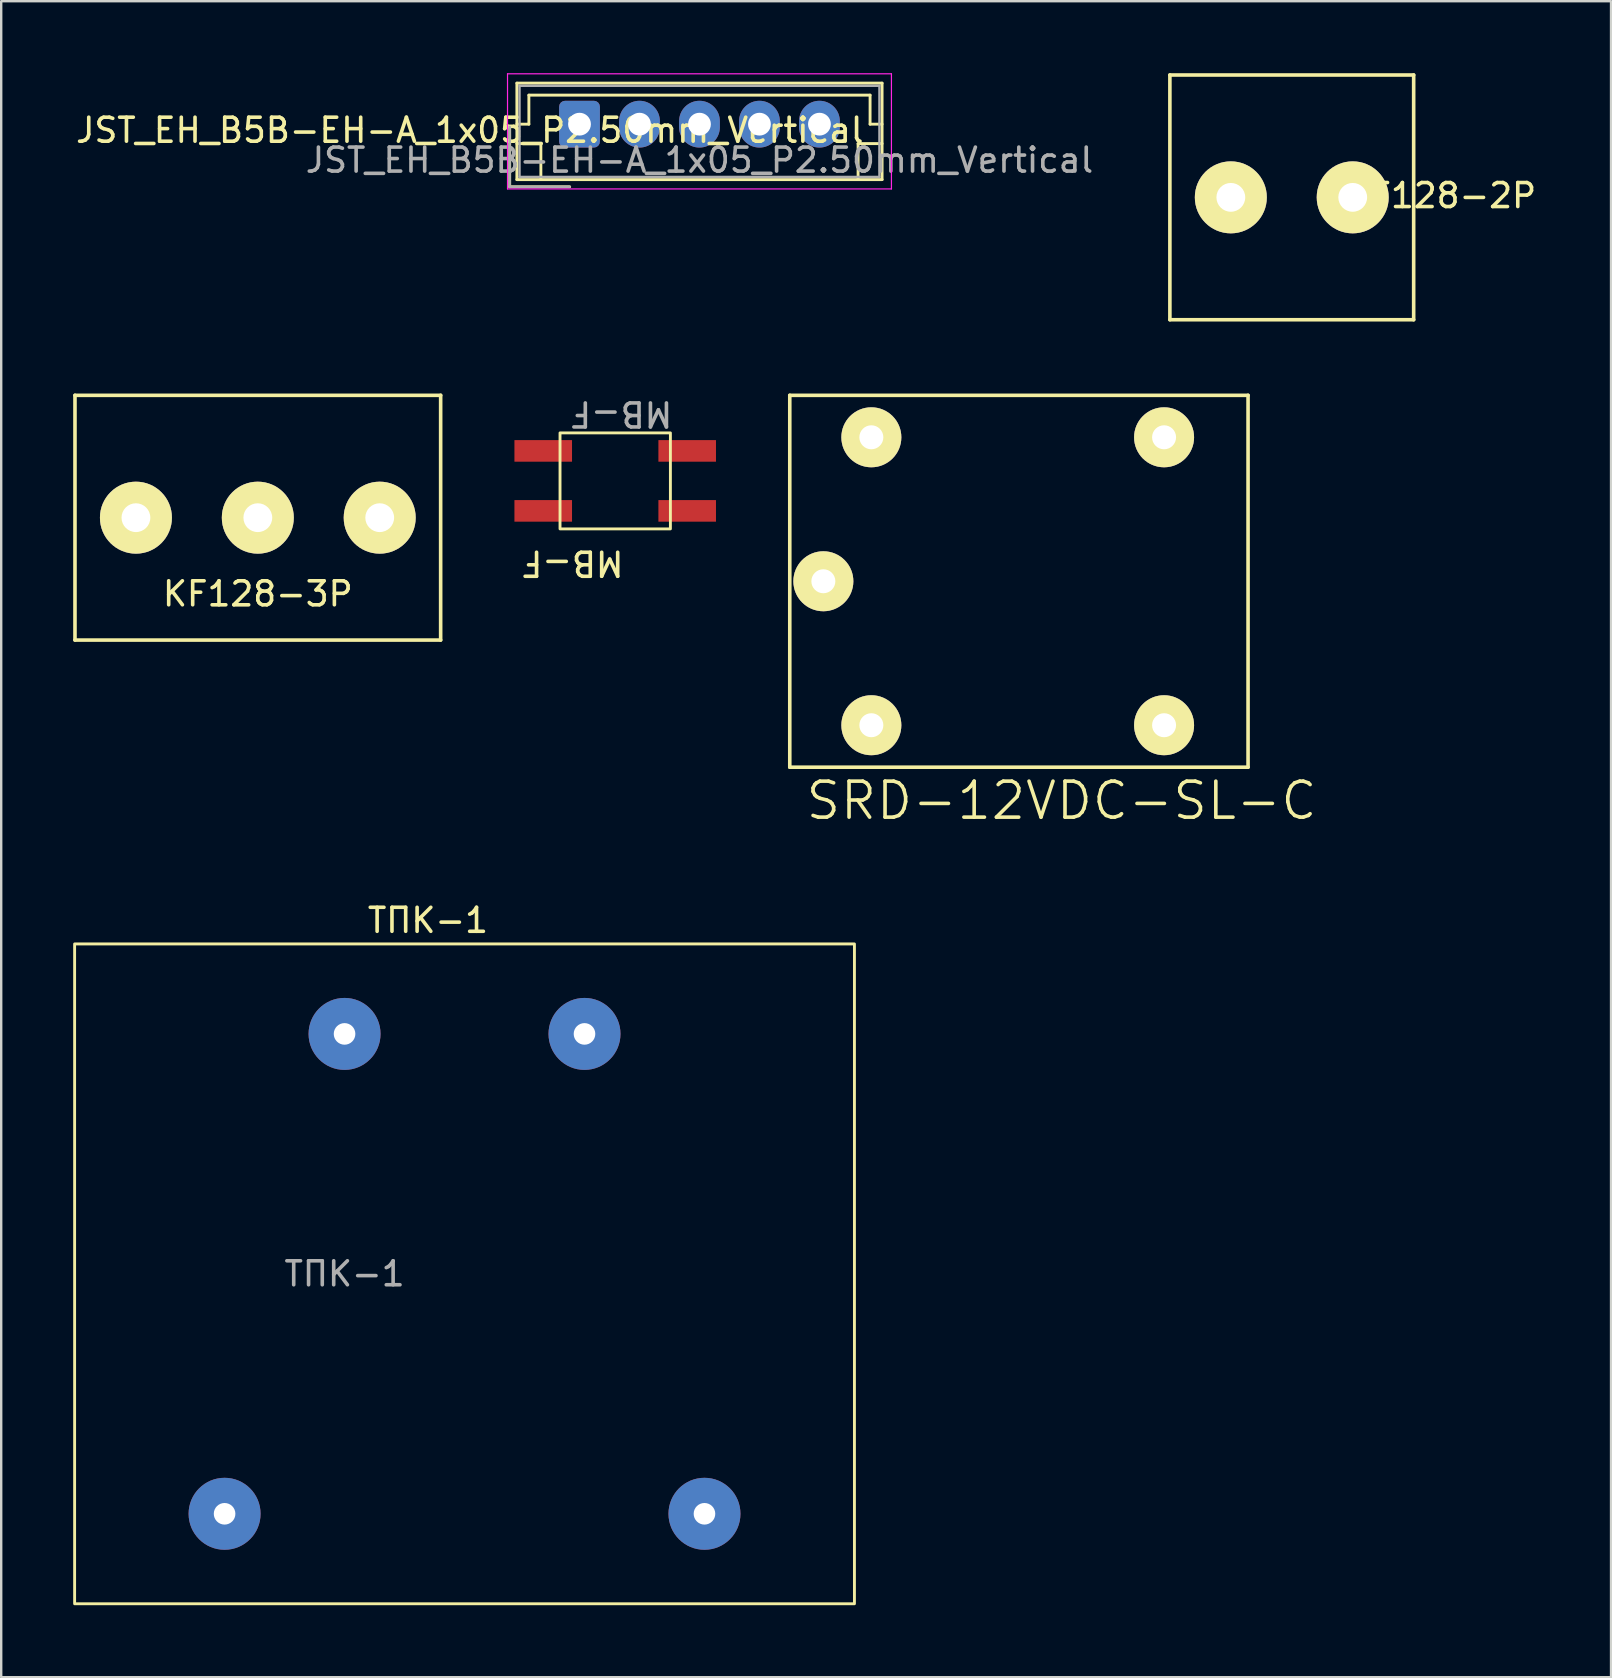
<source format=kicad_pcb>
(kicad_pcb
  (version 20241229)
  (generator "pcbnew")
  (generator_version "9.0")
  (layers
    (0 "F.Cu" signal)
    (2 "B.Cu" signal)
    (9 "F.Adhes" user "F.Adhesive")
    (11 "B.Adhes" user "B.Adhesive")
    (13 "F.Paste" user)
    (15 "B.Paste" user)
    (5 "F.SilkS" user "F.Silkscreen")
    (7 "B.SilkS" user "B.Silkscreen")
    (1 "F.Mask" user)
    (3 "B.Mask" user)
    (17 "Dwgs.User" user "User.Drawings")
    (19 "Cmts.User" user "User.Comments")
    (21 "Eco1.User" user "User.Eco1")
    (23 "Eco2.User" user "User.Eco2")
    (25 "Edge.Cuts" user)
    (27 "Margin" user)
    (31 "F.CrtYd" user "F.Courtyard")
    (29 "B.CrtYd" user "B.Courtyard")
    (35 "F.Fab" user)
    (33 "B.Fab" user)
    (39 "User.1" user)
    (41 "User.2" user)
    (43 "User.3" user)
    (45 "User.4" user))
  (footprint "KF128-2P"
    (layer "F.Cu")
    (at 50.787 5.175)
    (property "Reference" "KF128-2P" (at 6.229 -0.073 180) (layer "F.SilkS") (effects (font (size 1 1) (thickness 0.15))))
    (attr through_hole)
    (fp_line (start -5.08 -5.1) (end -5.08 5.1) (stroke (width 0.15) (type solid)) (layer "F.SilkS"))
    (fp_line (start -5.08 -5.1) (end 5.08 -5.1) (stroke (width 0.15) (type solid)) (layer "F.SilkS"))
    (fp_line (start -5.08 5.1) (end 5.08 5.1) (stroke (width 0.15) (type solid)) (layer "F.SilkS"))
    (fp_line (start 5.08 5.1) (end 5.08 -5.1) (stroke (width 0.15) (type solid)) (layer "F.SilkS"))
    (pad "1" thru_hole circle (at -2.54 0) (size 3 3) (drill 1.2) (layers "*.Cu" "*.Mask" "F.SilkS"))
    (pad "2" thru_hole circle (at 2.54 0) (size 3 3) (drill 1.2) (layers "*.Cu" "*.Mask" "F.SilkS")))
  (footprint "SRD-12VDC-SL-C"
    (layer "F.Cu")
    (at 39.415 21.175)
    (property "Reference" "SRD-12VDC-SL-C" (at 1.778 9.144 180) (layer "F.SilkS") (effects (font (size 1.5 1.5) (thickness 0.15))))
    (attr through_hole)
    (fp_line (start -9.55 -7.75) (end 9.55 -7.75) (stroke (width 0.15) (type solid)) (layer "F.SilkS"))
    (fp_line (start -9.55 7.75) (end -9.55 -7.75) (stroke (width 0.15) (type solid)) (layer "F.SilkS"))
    (fp_line (start 9.55 -7.75) (end 9.55 7.75) (stroke (width 0.15) (type solid)) (layer "F.SilkS"))
    (fp_line (start 9.55 7.75) (end -9.55 7.75) (stroke (width 0.15) (type solid)) (layer "F.SilkS"))
    (pad "1" thru_hole circle (at -6.15 -6 90) (size 2.5 2.5) (drill 1) (layers "*.Cu" "*.Mask" "F.SilkS"))
    (pad "2" thru_hole circle (at -6.15 6 90) (size 2.5 2.5) (drill 1) (layers "*.Cu" "*.Mask" "F.SilkS"))
    (pad "3" thru_hole circle (at -8.15 0 90) (size 2.5 2.5) (drill 1) (layers "*.Cu" "*.Mask" "F.SilkS"))
    (pad "4" thru_hole circle (at 6.05 -6 90) (size 2.5 2.5) (drill 1) (layers "*.Cu" "*.Mask" "F.SilkS"))
    (pad "5" thru_hole circle (at 6.05 6 90) (size 2.5 2.5) (drill 1) (layers "*.Cu" "*.Mask" "F.SilkS")))
  (footprint "MB-F"
    (layer "F.Cu")
    (at 22.59 16.992)
    (property "Reference" "MB-F" (at -1.778 3.429 180) (unlocked yes) (layer "F.SilkS") (effects (font (size 1 1) (thickness 0.15))))
    (attr smd)
    (fp_rect (start -2.3 -2) (end 2.3 2) (stroke (width 0.12) (type solid)) (fill no) (layer "F.SilkS"))
    (fp_text user "${REFERENCE}" (at 0.254 -2.794 180) (unlocked yes) (layer "F.Fab") (effects (font (size 1 1) (thickness 0.15))))
    (pad "1" smd rect (at -3 -1.25 180) (size 2.4 0.9) (layers "F.Cu" "F.Mask" "F.Paste"))
    (pad "2" smd rect (at -3 1.25 180) (size 2.4 0.9) (layers "F.Cu" "F.Mask" "F.Paste"))
    (pad "3" smd rect (at 3 1.25 180) (size 2.4 0.9) (layers "F.Cu" "F.Mask" "F.Paste"))
    (pad "4" smd rect (at 3 -1.25 180) (size 2.4 0.9) (layers "F.Cu" "F.Mask" "F.Paste")))
  (footprint "ТПК-1"
    (layer "F.Cu")
    (at 16.31 50.04)
    (property "Reference" "ТПК-1" (at -1.524 -14.732 0) (unlocked yes) (layer "F.SilkS") (effects (font (size 1 1) (thickness 0.15))))
    (attr through_hole)
    (fp_rect (start -16.25 -13.75) (end 16.25 13.75) (stroke (width 0.12) (type solid)) (fill no) (layer "F.SilkS"))
    (fp_text user "${REFERENCE}" (at -5 0 0) (unlocked yes) (layer "F.Fab") (effects (font (size 1 1) (thickness 0.15))))
    (pad "1" thru_hole circle (at -10 10) (size 3 3) (drill 0.9) (layers "*.Cu" "*.Mask"))
    (pad "5" thru_hole circle (at 10 10) (size 3 3) (drill 0.9) (layers "*.Cu" "*.Mask"))
    (pad "7" thru_hole circle (at 5 -10) (size 3 3) (drill 0.9) (layers "*.Cu" "*.Mask"))
    (pad "9" thru_hole circle (at -5 -10) (size 3 3) (drill 0.9) (layers "*.Cu" "*.Mask")))
  (footprint "KF128-3P"
    (layer "F.Cu")
    (at 7.695 18.525)
    (property "Reference" "KF128-3P" (at 0 3.175 0) (layer "F.SilkS") (effects (font (size 1 1) (thickness 0.15))))
    (attr through_hole)
    (fp_line (start -7.62 -5.1) (end -7.62 5.1) (stroke (width 0.15) (type solid)) (layer "F.SilkS"))
    (fp_line (start -7.62 -5.1) (end 7.62 -5.1) (stroke (width 0.15) (type solid)) (layer "F.SilkS"))
    (fp_line (start -7.62 5.1) (end 7.62 5.1) (stroke (width 0.15) (type solid)) (layer "F.SilkS"))
    (fp_line (start 7.62 5.1) (end 7.62 -5.1) (stroke (width 0.15) (type solid)) (layer "F.SilkS"))
    (pad "1" thru_hole circle (at -5.08 0) (size 3 3) (drill 1.2) (layers "*.Cu" "*.Mask" "F.SilkS"))
    (pad "2" thru_hole circle (at 0 0) (size 3 3) (drill 1.2) (layers "*.Cu" "*.Mask" "F.SilkS"))
    (pad "3" thru_hole circle (at 5.08 0) (size 3 3) (drill 1.2) (layers "*.Cu" "*.Mask" "F.SilkS")))
  (footprint "JST_EH_B5B-EH-A_1x05_P2.50mm_Vertical"
    (layer "F.Cu")
    (at 21.102 2.125)
    (property "Reference" "JST_EH_B5B-EH-A_1x05_P2.50mm_Vertical" (at -4.572 0.254 180) (layer "F.SilkS") (effects (font (size 1 1) (thickness 0.15))))
    (attr through_hole)
    (fp_line (start -2.91 0.11) (end -2.91 2.61) (stroke (width 0.12) (type solid)) (layer "F.SilkS"))
    (fp_line (start -2.91 2.61) (end -0.41 2.61) (stroke (width 0.12) (type solid)) (layer "F.SilkS"))
    (fp_line (start -2.61 -1.71) (end -2.61 2.31) (stroke (width 0.12) (type solid)) (layer "F.SilkS"))
    (fp_line (start -2.61 0) (end -2.11 0) (stroke (width 0.12) (type solid)) (layer "F.SilkS"))
    (fp_line (start -2.61 0.81) (end -1.61 0.81) (stroke (width 0.12) (type solid)) (layer "F.SilkS"))
    (fp_line (start -2.61 2.31) (end 12.61 2.31) (stroke (width 0.12) (type solid)) (layer "F.SilkS"))
    (fp_line (start -2.11 -1.21) (end 12.11 -1.21) (stroke (width 0.12) (type solid)) (layer "F.SilkS"))
    (fp_line (start -2.11 0) (end -2.11 -1.21) (stroke (width 0.12) (type solid)) (layer "F.SilkS"))
    (fp_line (start -1.61 0.81) (end -1.61 2.31) (stroke (width 0.12) (type solid)) (layer "F.SilkS"))
    (fp_line (start 11.61 0.81) (end 11.61 2.31) (stroke (width 0.12) (type solid)) (layer "F.SilkS"))
    (fp_line (start 12.11 -1.21) (end 12.11 0) (stroke (width 0.12) (type solid)) (layer "F.SilkS"))
    (fp_line (start 12.11 0) (end 12.61 0) (stroke (width 0.12) (type solid)) (layer "F.SilkS"))
    (fp_line (start 12.61 -1.71) (end -2.61 -1.71) (stroke (width 0.12) (type solid)) (layer "F.SilkS"))
    (fp_line (start 12.61 0.81) (end 11.61 0.81) (stroke (width 0.12) (type solid)) (layer "F.SilkS"))
    (fp_line (start 12.61 2.31) (end 12.61 -1.71) (stroke (width 0.12) (type solid)) (layer "F.SilkS"))
    (fp_line (start -3 -2.1) (end -3 2.7) (stroke (width 0.05) (type solid)) (layer "F.CrtYd"))
    (fp_line (start -3 2.7) (end 13 2.7) (stroke (width 0.05) (type solid)) (layer "F.CrtYd"))
    (fp_line (start 13 -2.1) (end -3 -2.1) (stroke (width 0.05) (type solid)) (layer "F.CrtYd"))
    (fp_line (start 13 2.7) (end 13 -2.1) (stroke (width 0.05) (type solid)) (layer "F.CrtYd"))
    (fp_line (start -2.91 0.11) (end -2.91 2.61) (stroke (width 0.1) (type solid)) (layer "F.Fab"))
    (fp_line (start -2.91 2.61) (end -0.41 2.61) (stroke (width 0.1) (type solid)) (layer "F.Fab"))
    (fp_line (start -2.5 -1.6) (end -2.5 2.2) (stroke (width 0.1) (type solid)) (layer "F.Fab"))
    (fp_line (start -2.5 2.2) (end 12.5 2.2) (stroke (width 0.1) (type solid)) (layer "F.Fab"))
    (fp_line (start 12.5 -1.6) (end -2.5 -1.6) (stroke (width 0.1) (type solid)) (layer "F.Fab"))
    (fp_line (start 12.5 2.2) (end 12.5 -1.6) (stroke (width 0.1) (type solid)) (layer "F.Fab"))
    (fp_text user "${REFERENCE}" (at 5 1.5 180) (layer "F.Fab") (effects (font (size 1 1) (thickness 0.15))))
    (pad "1" thru_hole roundrect (at 0 0) (size 1.7 1.95) (drill 0.95) (layers "*.Cu" "*.Mask") (roundrect_rratio 0.147))
    (pad "2" thru_hole oval (at 2.5 0) (size 1.7 1.95) (drill 0.95) (layers "*.Cu" "*.Mask"))
    (pad "3" thru_hole oval (at 5 0) (size 1.7 1.95) (drill 0.95) (layers "*.Cu" "*.Mask"))
    (pad "4" thru_hole oval (at 7.5 0) (size 1.7 1.95) (drill 0.95) (layers "*.Cu" "*.Mask"))
    (pad "5" thru_hole oval (at 10 0) (size 1.7 1.95) (drill 0.95) (layers "*.Cu" "*.Mask")))
  (gr_rect
    (start -3 -3)
    (end 64.093 66.85)
    (stroke (width 0.1) (type default))
    (fill no)
    (layer "Edge.Cuts")))
</source>
